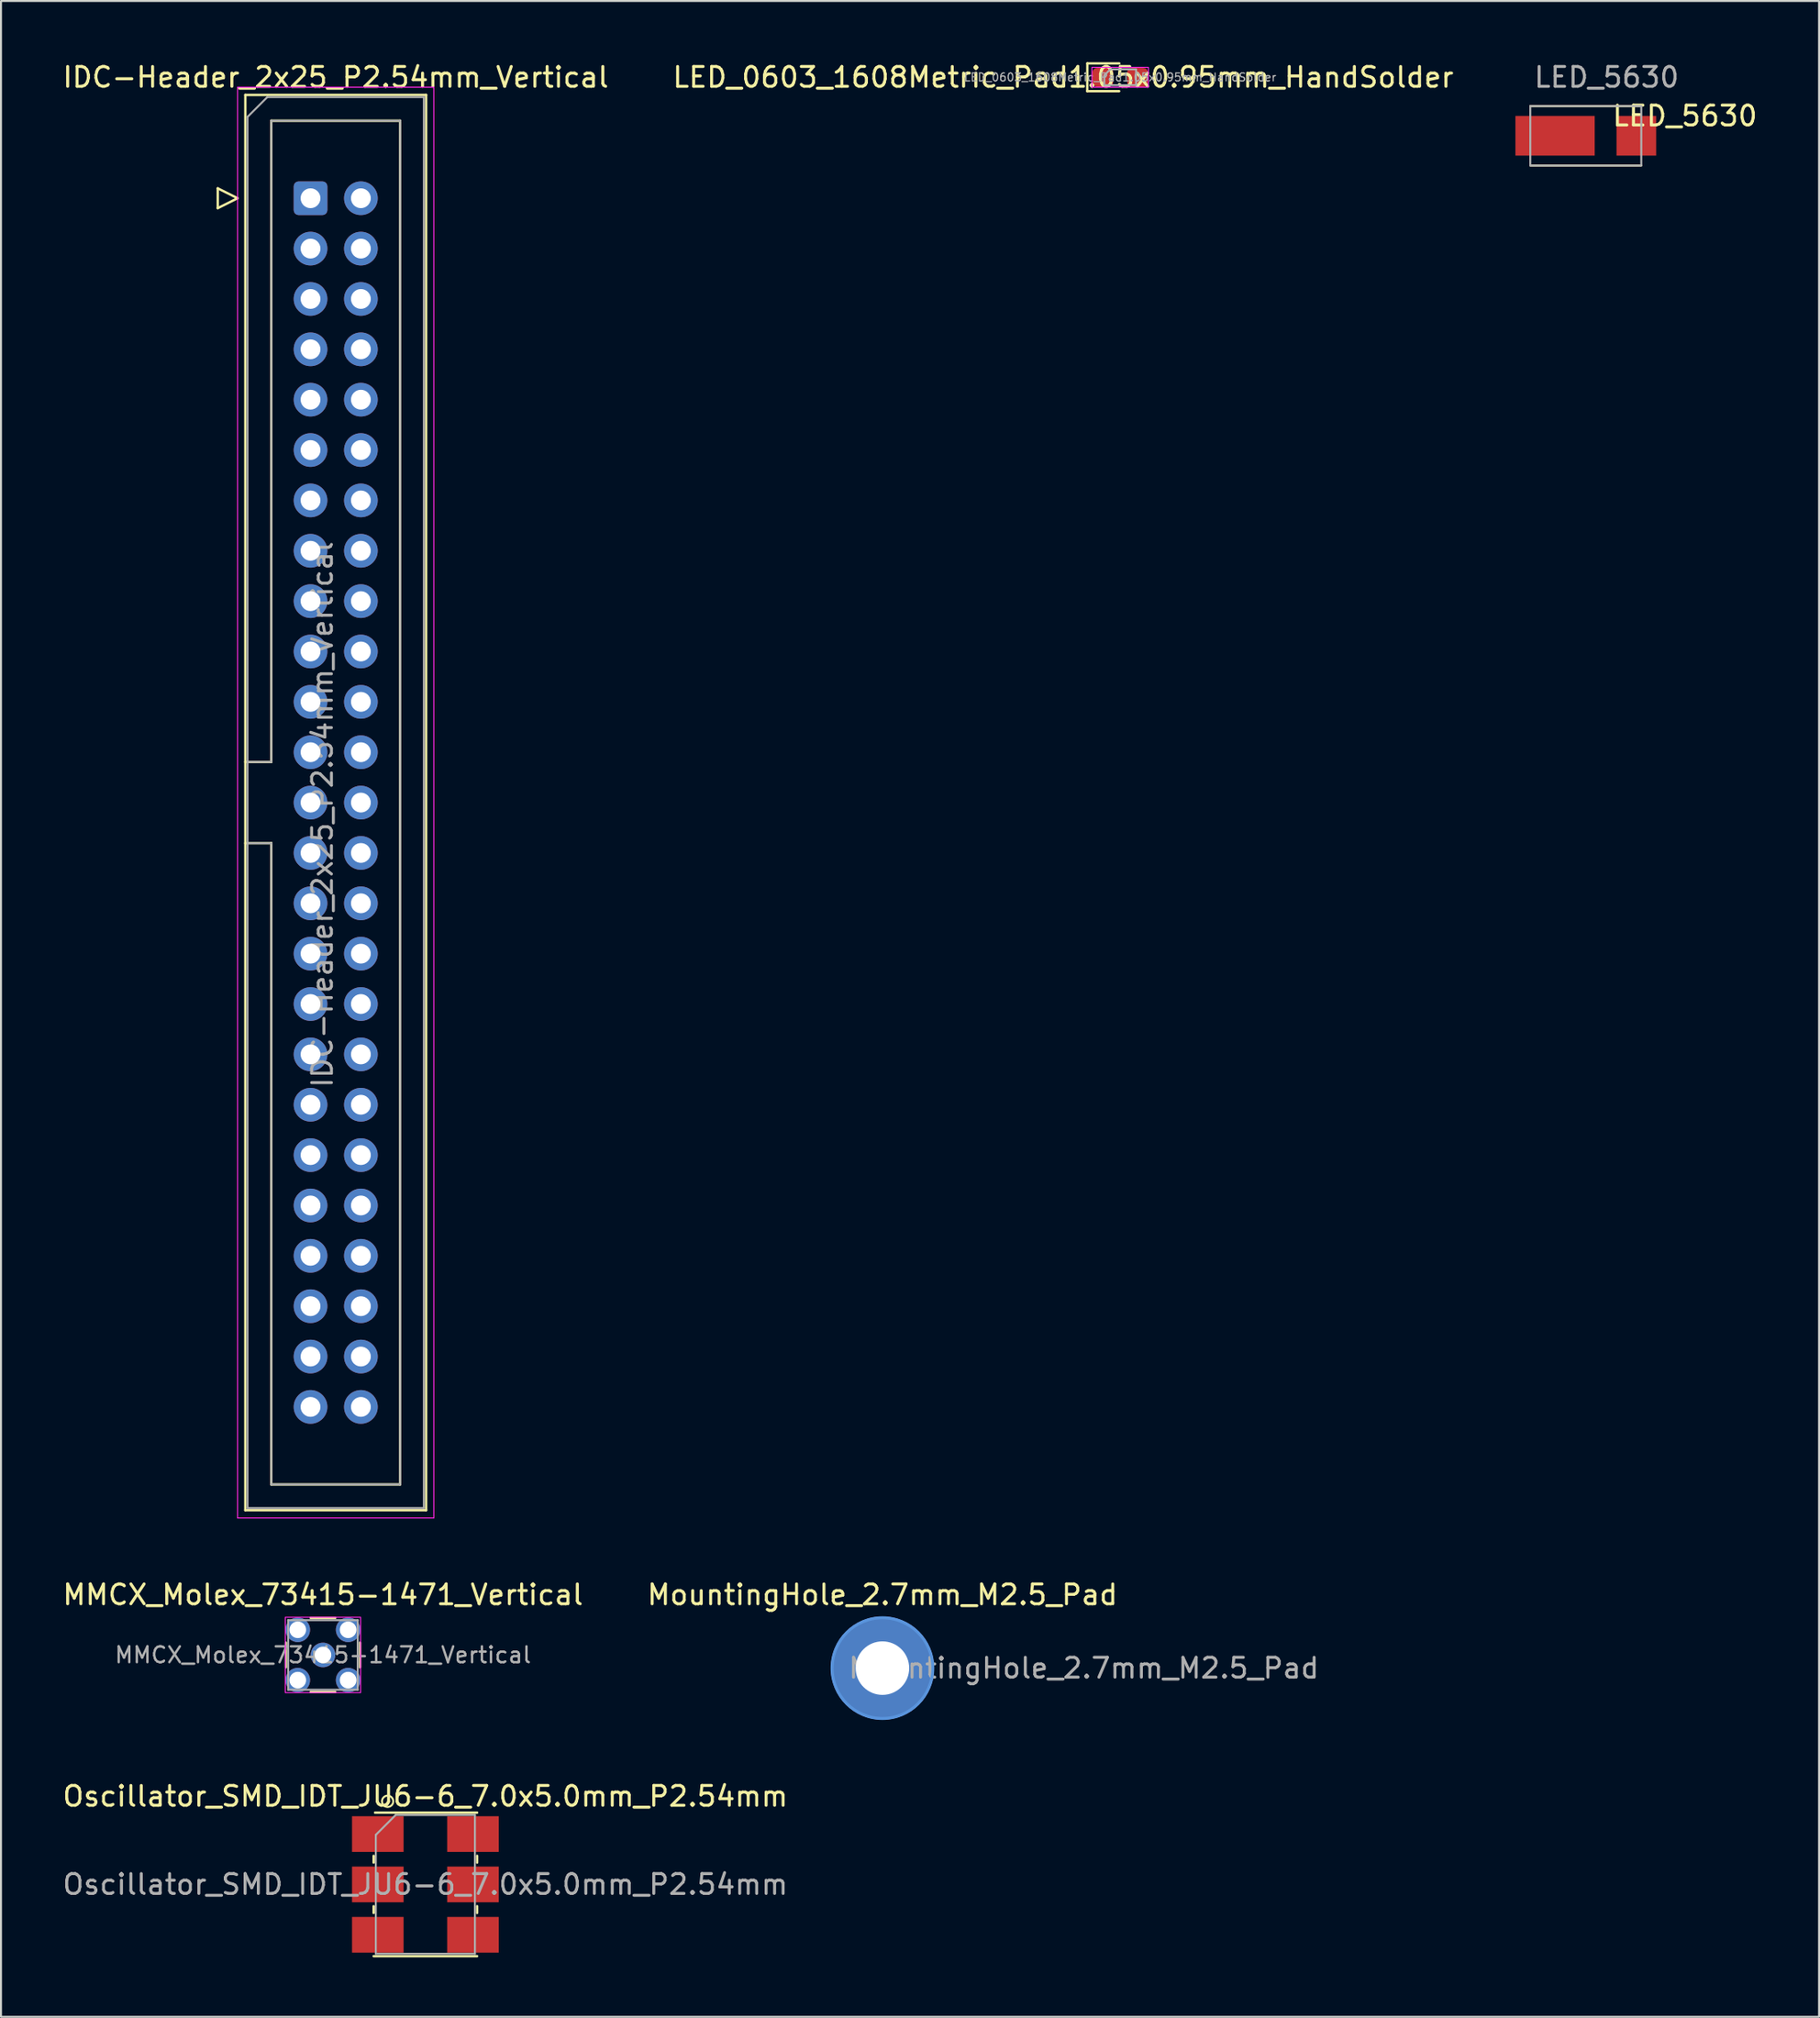
<source format=kicad_pcb>
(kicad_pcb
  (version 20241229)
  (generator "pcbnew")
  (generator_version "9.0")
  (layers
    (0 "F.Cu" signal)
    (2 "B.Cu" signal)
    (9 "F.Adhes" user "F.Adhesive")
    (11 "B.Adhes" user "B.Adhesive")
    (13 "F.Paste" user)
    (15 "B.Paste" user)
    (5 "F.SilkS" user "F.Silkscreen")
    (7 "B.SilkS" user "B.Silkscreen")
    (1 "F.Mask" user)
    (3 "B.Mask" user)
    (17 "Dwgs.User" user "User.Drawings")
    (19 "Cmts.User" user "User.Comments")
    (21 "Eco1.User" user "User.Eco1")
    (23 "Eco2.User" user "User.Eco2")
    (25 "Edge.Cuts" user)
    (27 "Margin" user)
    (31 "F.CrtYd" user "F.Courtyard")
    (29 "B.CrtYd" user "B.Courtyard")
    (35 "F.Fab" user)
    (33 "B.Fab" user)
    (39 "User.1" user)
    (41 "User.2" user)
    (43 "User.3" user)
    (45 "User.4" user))
  (footprint "IDC-Header_2x25_P2.54mm_Vertical"
    (layer "F.Cu")
    (at 13.887 37.428)
    (property "Reference" "IDC-Header_2x25_P2.54mm_Vertical" (at 0 -36.58 0) (layer "F.SilkS") (effects (font (size 1 1) (thickness 0.15))))
    (attr through_hole)
    (fp_line (start -5.95 -30.98) (end -5.95 -29.98) (stroke (width 0.12) (type solid)) (layer "F.SilkS"))
    (fp_line (start -5.95 -29.98) (end -4.95 -30.48) (stroke (width 0.12) (type solid)) (layer "F.SilkS"))
    (fp_line (start -4.95 -30.48) (end -5.95 -30.98) (stroke (width 0.12) (type solid)) (layer "F.SilkS"))
    (fp_line (start -4.56 -35.69) (end 4.56 -35.69) (stroke (width 0.12) (type solid)) (layer "F.SilkS"))
    (fp_line (start -4.56 -2.05) (end -3.25 -2.05) (stroke (width 0.12) (type solid)) (layer "F.SilkS"))
    (fp_line (start -4.56 35.69) (end -4.56 -35.69) (stroke (width 0.12) (type solid)) (layer "F.SilkS"))
    (fp_line (start -3.25 -34.39) (end 3.25 -34.39) (stroke (width 0.12) (type solid)) (layer "F.SilkS"))
    (fp_line (start -3.25 -2.05) (end -3.25 -34.39) (stroke (width 0.12) (type solid)) (layer "F.SilkS"))
    (fp_line (start -3.25 2.05) (end -4.56 2.05) (stroke (width 0.12) (type solid)) (layer "F.SilkS"))
    (fp_line (start -3.25 2.05) (end -3.25 2.05) (stroke (width 0.12) (type solid)) (layer "F.SilkS"))
    (fp_line (start -3.25 34.39) (end -3.25 2.05) (stroke (width 0.12) (type solid)) (layer "F.SilkS"))
    (fp_line (start 3.25 -34.39) (end 3.25 34.39) (stroke (width 0.12) (type solid)) (layer "F.SilkS"))
    (fp_line (start 3.25 34.39) (end -3.25 34.39) (stroke (width 0.12) (type solid)) (layer "F.SilkS"))
    (fp_line (start 4.56 -35.69) (end 4.56 35.69) (stroke (width 0.12) (type solid)) (layer "F.SilkS"))
    (fp_line (start 4.56 35.69) (end -4.56 35.69) (stroke (width 0.12) (type solid)) (layer "F.SilkS"))
    (fp_line (start -4.95 -36.08) (end -4.95 36.08) (stroke (width 0.05) (type solid)) (layer "F.CrtYd"))
    (fp_line (start -4.95 36.08) (end 4.95 36.08) (stroke (width 0.05) (type solid)) (layer "F.CrtYd"))
    (fp_line (start 4.95 -36.08) (end -4.95 -36.08) (stroke (width 0.05) (type solid)) (layer "F.CrtYd"))
    (fp_line (start 4.95 36.08) (end 4.95 -36.08) (stroke (width 0.05) (type solid)) (layer "F.CrtYd"))
    (fp_line (start -4.45 -34.58) (end -3.45 -35.58) (stroke (width 0.1) (type solid)) (layer "F.Fab"))
    (fp_line (start -4.45 -2.05) (end -3.25 -2.05) (stroke (width 0.1) (type solid)) (layer "F.Fab"))
    (fp_line (start -4.45 35.58) (end -4.45 -34.58) (stroke (width 0.1) (type solid)) (layer "F.Fab"))
    (fp_line (start -3.45 -35.58) (end 4.45 -35.58) (stroke (width 0.1) (type solid)) (layer "F.Fab"))
    (fp_line (start -3.25 -34.39) (end 3.25 -34.39) (stroke (width 0.1) (type solid)) (layer "F.Fab"))
    (fp_line (start -3.25 -2.05) (end -3.25 -34.39) (stroke (width 0.1) (type solid)) (layer "F.Fab"))
    (fp_line (start -3.25 2.05) (end -4.45 2.05) (stroke (width 0.1) (type solid)) (layer "F.Fab"))
    (fp_line (start -3.25 2.05) (end -3.25 2.05) (stroke (width 0.1) (type solid)) (layer "F.Fab"))
    (fp_line (start -3.25 34.39) (end -3.25 2.05) (stroke (width 0.1) (type solid)) (layer "F.Fab"))
    (fp_line (start 3.25 -34.39) (end 3.25 34.39) (stroke (width 0.1) (type solid)) (layer "F.Fab"))
    (fp_line (start 3.25 34.39) (end -3.25 34.39) (stroke (width 0.1) (type solid)) (layer "F.Fab"))
    (fp_line (start 4.45 -35.58) (end 4.45 35.58) (stroke (width 0.1) (type solid)) (layer "F.Fab"))
    (fp_line (start 4.45 35.58) (end -4.45 35.58) (stroke (width 0.1) (type solid)) (layer "F.Fab"))
    (fp_text user "${REFERENCE}" (at -0.67 0.6 270) (layer "F.Fab") (effects (font (size 1 1) (thickness 0.15))))
    (pad "1" thru_hole roundrect (at -1.27 -30.48) (size 1.7 1.7) (drill 1) (layers "*.Cu" "*.Mask") (roundrect_rratio 0.147))
    (pad "2" thru_hole circle (at 1.27 -30.48) (size 1.7 1.7) (drill 1) (layers "*.Cu" "*.Mask"))
    (pad "3" thru_hole circle (at -1.27 -27.94) (size 1.7 1.7) (drill 1) (layers "*.Cu" "*.Mask"))
    (pad "4" thru_hole circle (at 1.27 -27.94) (size 1.7 1.7) (drill 1) (layers "*.Cu" "*.Mask"))
    (pad "5" thru_hole circle (at -1.27 -25.4) (size 1.7 1.7) (drill 1) (layers "*.Cu" "*.Mask"))
    (pad "6" thru_hole circle (at 1.27 -25.4) (size 1.7 1.7) (drill 1) (layers "*.Cu" "*.Mask"))
    (pad "7" thru_hole circle (at -1.27 -22.86) (size 1.7 1.7) (drill 1) (layers "*.Cu" "*.Mask"))
    (pad "8" thru_hole circle (at 1.27 -22.86) (size 1.7 1.7) (drill 1) (layers "*.Cu" "*.Mask"))
    (pad "9" thru_hole circle (at -1.27 -20.32) (size 1.7 1.7) (drill 1) (layers "*.Cu" "*.Mask"))
    (pad "10" thru_hole circle (at 1.27 -20.32) (size 1.7 1.7) (drill 1) (layers "*.Cu" "*.Mask"))
    (pad "11" thru_hole circle (at -1.27 -17.78) (size 1.7 1.7) (drill 1) (layers "*.Cu" "*.Mask"))
    (pad "12" thru_hole circle (at 1.27 -17.78) (size 1.7 1.7) (drill 1) (layers "*.Cu" "*.Mask"))
    (pad "13" thru_hole circle (at -1.27 -15.24) (size 1.7 1.7) (drill 1) (layers "*.Cu" "*.Mask"))
    (pad "14" thru_hole circle (at 1.27 -15.24) (size 1.7 1.7) (drill 1) (layers "*.Cu" "*.Mask"))
    (pad "15" thru_hole circle (at -1.27 -12.7) (size 1.7 1.7) (drill 1) (layers "*.Cu" "*.Mask"))
    (pad "16" thru_hole circle (at 1.27 -12.7) (size 1.7 1.7) (drill 1) (layers "*.Cu" "*.Mask"))
    (pad "17" thru_hole circle (at -1.27 -10.16) (size 1.7 1.7) (drill 1) (layers "*.Cu" "*.Mask"))
    (pad "18" thru_hole circle (at 1.27 -10.16) (size 1.7 1.7) (drill 1) (layers "*.Cu" "*.Mask"))
    (pad "19" thru_hole circle (at -1.27 -7.62) (size 1.7 1.7) (drill 1) (layers "*.Cu" "*.Mask"))
    (pad "20" thru_hole circle (at 1.27 -7.62) (size 1.7 1.7) (drill 1) (layers "*.Cu" "*.Mask"))
    (pad "21" thru_hole circle (at -1.27 -5.08) (size 1.7 1.7) (drill 1) (layers "*.Cu" "*.Mask"))
    (pad "22" thru_hole circle (at 1.27 -5.08) (size 1.7 1.7) (drill 1) (layers "*.Cu" "*.Mask"))
    (pad "23" thru_hole circle (at -1.27 -2.54) (size 1.7 1.7) (drill 1) (layers "*.Cu" "*.Mask"))
    (pad "24" thru_hole circle (at 1.27 -2.54) (size 1.7 1.7) (drill 1) (layers "*.Cu" "*.Mask"))
    (pad "25" thru_hole circle (at -1.27 0) (size 1.7 1.7) (drill 1) (layers "*.Cu" "*.Mask"))
    (pad "26" thru_hole circle (at 1.27 0) (size 1.7 1.7) (drill 1) (layers "*.Cu" "*.Mask"))
    (pad "27" thru_hole circle (at -1.27 2.54) (size 1.7 1.7) (drill 1) (layers "*.Cu" "*.Mask"))
    (pad "28" thru_hole circle (at 1.27 2.54) (size 1.7 1.7) (drill 1) (layers "*.Cu" "*.Mask"))
    (pad "29" thru_hole circle (at -1.27 5.08) (size 1.7 1.7) (drill 1) (layers "*.Cu" "*.Mask"))
    (pad "30" thru_hole circle (at 1.27 5.08) (size 1.7 1.7) (drill 1) (layers "*.Cu" "*.Mask"))
    (pad "31" thru_hole circle (at -1.27 7.62) (size 1.7 1.7) (drill 1) (layers "*.Cu" "*.Mask"))
    (pad "32" thru_hole circle (at 1.27 7.62) (size 1.7 1.7) (drill 1) (layers "*.Cu" "*.Mask"))
    (pad "33" thru_hole circle (at -1.27 10.16) (size 1.7 1.7) (drill 1) (layers "*.Cu" "*.Mask"))
    (pad "34" thru_hole circle (at 1.27 10.16) (size 1.7 1.7) (drill 1) (layers "*.Cu" "*.Mask"))
    (pad "35" thru_hole circle (at -1.27 12.7) (size 1.7 1.7) (drill 1) (layers "*.Cu" "*.Mask"))
    (pad "36" thru_hole circle (at 1.27 12.7) (size 1.7 1.7) (drill 1) (layers "*.Cu" "*.Mask"))
    (pad "37" thru_hole circle (at -1.27 15.24) (size 1.7 1.7) (drill 1) (layers "*.Cu" "*.Mask"))
    (pad "38" thru_hole circle (at 1.27 15.24) (size 1.7 1.7) (drill 1) (layers "*.Cu" "*.Mask"))
    (pad "39" thru_hole circle (at -1.27 17.78) (size 1.7 1.7) (drill 1) (layers "*.Cu" "*.Mask"))
    (pad "40" thru_hole circle (at 1.27 17.78) (size 1.7 1.7) (drill 1) (layers "*.Cu" "*.Mask"))
    (pad "41" thru_hole circle (at -1.27 20.32) (size 1.7 1.7) (drill 1) (layers "*.Cu" "*.Mask"))
    (pad "42" thru_hole circle (at 1.27 20.32) (size 1.7 1.7) (drill 1) (layers "*.Cu" "*.Mask"))
    (pad "43" thru_hole circle (at -1.27 22.86) (size 1.7 1.7) (drill 1) (layers "*.Cu" "*.Mask"))
    (pad "44" thru_hole circle (at 1.27 22.86) (size 1.7 1.7) (drill 1) (layers "*.Cu" "*.Mask"))
    (pad "45" thru_hole circle (at -1.27 25.4) (size 1.7 1.7) (drill 1) (layers "*.Cu" "*.Mask"))
    (pad "46" thru_hole circle (at 1.27 25.4) (size 1.7 1.7) (drill 1) (layers "*.Cu" "*.Mask"))
    (pad "47" thru_hole circle (at -1.27 27.94) (size 1.7 1.7) (drill 1) (layers "*.Cu" "*.Mask"))
    (pad "48" thru_hole circle (at 1.27 27.94) (size 1.7 1.7) (drill 1) (layers "*.Cu" "*.Mask"))
    (pad "49" thru_hole circle (at -1.27 30.48) (size 1.7 1.7) (drill 1) (layers "*.Cu" "*.Mask"))
    (pad "50" thru_hole circle (at 1.27 30.48) (size 1.7 1.7) (drill 1) (layers "*.Cu" "*.Mask")))
  (footprint "Oscillator_SMD_IDT_JU6-6_7.0x5.0mm_P2.54mm"
    (layer "F.Cu")
    (at 18.411 91.99)
    (property "Reference" "Oscillator_SMD_IDT_JU6-6_7.0x5.0mm_P2.54mm" (at 0 -4.445 0) (layer "F.SilkS") (effects (font (size 1 1) (thickness 0.15))))
    (attr smd)
    (fp_line (start -2.61 -1.1) (end -2.61 -1.44) (stroke (width 0.12) (type solid)) (layer "F.SilkS"))
    (fp_line (start -2.61 1.44) (end -2.61 1.1) (stroke (width 0.12) (type solid)) (layer "F.SilkS"))
    (fp_line (start -2.54 -3.62) (end 2.61 -3.62) (stroke (width 0.12) (type solid)) (layer "F.SilkS"))
    (fp_line (start 2.61 -1.44) (end 2.61 -1.1) (stroke (width 0.12) (type solid)) (layer "F.SilkS"))
    (fp_line (start 2.61 1.1) (end 2.61 1.44) (stroke (width 0.12) (type solid)) (layer "F.SilkS"))
    (fp_line (start 2.61 3.62) (end -2.61 3.62) (stroke (width 0.12) (type solid)) (layer "F.SilkS"))
    (fp_circle (center -1.905 -4.191) (end -1.778 -3.937) (stroke (width 0.1) (type default)) (fill no) (layer "F.SilkS"))
    (fp_line (start -2.5 -2.5) (end -2.5 3.5) (stroke (width 0.1) (type solid)) (layer "F.Fab"))
    (fp_line (start -2.5 3.5) (end 2.5 3.5) (stroke (width 0.1) (type solid)) (layer "F.Fab"))
    (fp_line (start -1.5 -3.5) (end -2.5 -2.5) (stroke (width 0.1) (type solid)) (layer "F.Fab"))
    (fp_line (start 2.5 -3.5) (end -1.5 -3.5) (stroke (width 0.1) (type solid)) (layer "F.Fab"))
    (fp_line (start 2.5 3.5) (end 2.5 -3.5) (stroke (width 0.1) (type solid)) (layer "F.Fab"))
    (fp_text user "${REFERENCE}" (at 0 0 0) (layer "F.Fab") (effects (font (size 1 1) (thickness 0.15))))
    (pad "1" smd rect (at -2.4 -2.54 270) (size 1.8 2.6) (layers "F.Cu" "F.Mask" "F.Paste"))
    (pad "2" smd rect (at -2.4 0 270) (size 1.8 2.6) (layers "F.Cu" "F.Mask" "F.Paste"))
    (pad "3" smd rect (at -2.4 2.54 270) (size 1.8 2.6) (layers "F.Cu" "F.Mask" "F.Paste"))
    (pad "4" smd rect (at 2.4 2.54 270) (size 1.8 2.6) (layers "F.Cu" "F.Mask" "F.Paste"))
    (pad "5" smd rect (at 2.4 0 270) (size 1.8 2.6) (layers "F.Cu" "F.Mask" "F.Paste"))
    (pad "6" smd rect (at 2.4 -2.54 270) (size 1.8 2.6) (layers "F.Cu" "F.Mask" "F.Paste")))
  (footprint "LED_0603_1608Metric_Pad1.05x0.95mm_HandSolder"
    (layer "F.Cu")
    (at 53.464 0.848)
    (property "Reference" "LED_0603_1608Metric_Pad1.05x0.95mm_HandSolder" (at -2.875 0 0) (layer "F.SilkS") (effects (font (size 1 1) (thickness 0.15))))
    (attr smd)
    (fp_line (start -1.66 0.7) (end -0.05 0.7) (stroke (width 0.12) (type solid)) (layer "F.SilkS"))
    (fp_line (start -1.655 -0.7) (end -1.66 0.7) (stroke (width 0.12) (type solid)) (layer "F.SilkS"))
    (fp_line (start -0.045 -0.7) (end -1.655 -0.7) (stroke (width 0.12) (type solid)) (layer "F.SilkS"))
    (fp_rect (start -1.425 -0.5) (end 1.425 0.5) (stroke (width 0.05) (type default)) (fill no) (layer "F.CrtYd"))
    (fp_line (start -0.8 -0.1) (end -0.8 0.4) (stroke (width 0.1) (type solid)) (layer "F.Fab"))
    (fp_line (start -0.8 0.4) (end 0.8 0.4) (stroke (width 0.1) (type solid)) (layer "F.Fab"))
    (fp_line (start -0.5 -0.4) (end -0.8 -0.1) (stroke (width 0.1) (type solid)) (layer "F.Fab"))
    (fp_line (start 0.8 -0.4) (end -0.5 -0.4) (stroke (width 0.1) (type solid)) (layer "F.Fab"))
    (fp_line (start 0.8 0.4) (end 0.8 -0.4) (stroke (width 0.1) (type solid)) (layer "F.Fab"))
    (fp_text user "${REFERENCE}" (at 0 0 0) (layer "F.Fab") (effects (font (size 0.4 0.4) (thickness 0.06))))
    (pad "1" smd roundrect (at -0.875 0) (size 1.05 0.95) (layers "F.Cu" "F.Mask" "F.Paste") (roundrect_rratio 0.25))
    (pad "2" smd roundrect (at 0.875 0) (size 1.05 0.95) (layers "F.Cu" "F.Mask" "F.Paste") (roundrect_rratio 0.25)))
  (footprint "MountingHole_2.7mm_M2.5_Pad"
    (layer "F.Cu")
    (at 41.47 81.082)
    (property "Reference" "MountingHole_2.7mm_M2.5_Pad" (at 0 -3.7 0) (layer "F.SilkS") (effects (font (size 1 1) (thickness 0.15))))
    (attr exclude_from_pos_files)
    (fp_circle (center 0 0) (end 2.54 0) (stroke (width 0.15) (type solid)) (fill no) (layer "Cmts.User"))
    (fp_circle (center 0 0) (end 2.54 0) (stroke (width 0.05) (type solid)) (fill no) (layer "F.CrtYd"))
    (fp_text user "${REFERENCE}" (at 10.16 0 0) (layer "F.Fab") (effects (font (size 1 1) (thickness 0.15))))
    (pad "1" thru_hole circle (at 0 0) (size 5.2 5.2) (drill 2.7) (layers "*.Cu" "*.Mask")))
  (footprint "LED_5630"
    (layer "F.Cu")
    (at 76.955 3.798)
    (property "Reference" "LED_5630" (at 5 -1 180) (layer "F.SilkS") (effects (font (size 1 1) (thickness 0.15))))
    (attr smd)
    (fp_line (start -2.8 -1.5) (end 2.8 -1.5) (stroke (width 0.1) (type default)) (layer "F.SilkS"))
    (fp_line (start 2.8 1.5) (end -2.8 1.5) (stroke (width 0.1) (type default)) (layer "F.SilkS"))
    (fp_rect (start -2.8 -1.5) (end 2.8 1.5) (stroke (width 0.1) (type default)) (fill no) (layer "F.Fab"))
    (fp_text user "${REFERENCE}" (at 1.05 -2.95 180) (layer "F.Fab") (effects (font (size 1 1) (thickness 0.15))))
    (pad "1" smd rect (at -1.55 0) (size 4 2) (layers "F.Cu" "F.Mask" "F.Paste"))
    (pad "2" smd rect (at 2.55 0) (size 2 2) (layers "F.Cu" "F.Mask" "F.Paste")))
  (footprint "MMCX_Molex_73415-1471_Vertical"
    (layer "F.Cu")
    (at 13.244 80.418)
    (property "Reference" "MMCX_Molex_73415-1471_Vertical" (at 0 -3.037 180) (layer "F.SilkS") (effects (font (size 1 1) (thickness 0.15))))
    (attr through_hole)
    (fp_line (start -1.87 0.62) (end -1.87 -0.62) (stroke (width 0.12) (type solid)) (layer "F.SilkS"))
    (fp_line (start 0.62 -1.87) (end -0.62 -1.87) (stroke (width 0.12) (type solid)) (layer "F.SilkS"))
    (fp_line (start 0.62 1.87) (end -0.62 1.87) (stroke (width 0.12) (type solid)) (layer "F.SilkS"))
    (fp_line (start 1.87 0.62) (end 1.87 -0.62) (stroke (width 0.12) (type solid)) (layer "F.SilkS"))
    (fp_rect (start -1.9 -1.9) (end 1.9 1.9) (stroke (width 0.05) (type solid)) (fill no) (layer "F.CrtYd"))
    (fp_line (start -1.755 -1.755) (end -1.755 1.755) (stroke (width 0.1) (type solid)) (layer "F.Fab"))
    (fp_line (start -1.755 -1.755) (end 1.755 -1.755) (stroke (width 0.1) (type solid)) (layer "F.Fab"))
    (fp_line (start -1.755 1.755) (end 1.755 1.755) (stroke (width 0.1) (type solid)) (layer "F.Fab"))
    (fp_line (start 1.755 -1.755) (end 1.755 1.755) (stroke (width 0.1) (type solid)) (layer "F.Fab"))
    (fp_text user "${REFERENCE}" (at 0 0 180) (layer "F.Fab") (effects (font (size 0.8 0.8) (thickness 0.12))))
    (pad "1" thru_hole circle (at 0 0) (size 1.24 1.24) (drill 0.84) (layers "*.Cu" "*.Mask"))
    (pad "2" thru_hole circle (at -1.27 -1.27) (size 1.24 1.24) (drill 0.84) (layers "*.Cu" "*.Mask"))
    (pad "2" thru_hole circle (at -1.27 1.27) (size 1.24 1.24) (drill 0.84) (layers "*.Cu" "*.Mask"))
    (pad "2" thru_hole circle (at 1.27 -1.27) (size 1.24 1.24) (drill 0.84) (layers "*.Cu" "*.Mask"))
    (pad "2" thru_hole circle (at 1.27 1.27) (size 1.24 1.24) (drill 0.84) (layers "*.Cu" "*.Mask")))
  (gr_rect
    (start -3 -3)
    (end 88.723 98.67)
    (stroke (width 0.1) (type default))
    (fill no)
    (layer "Edge.Cuts")))
</source>
